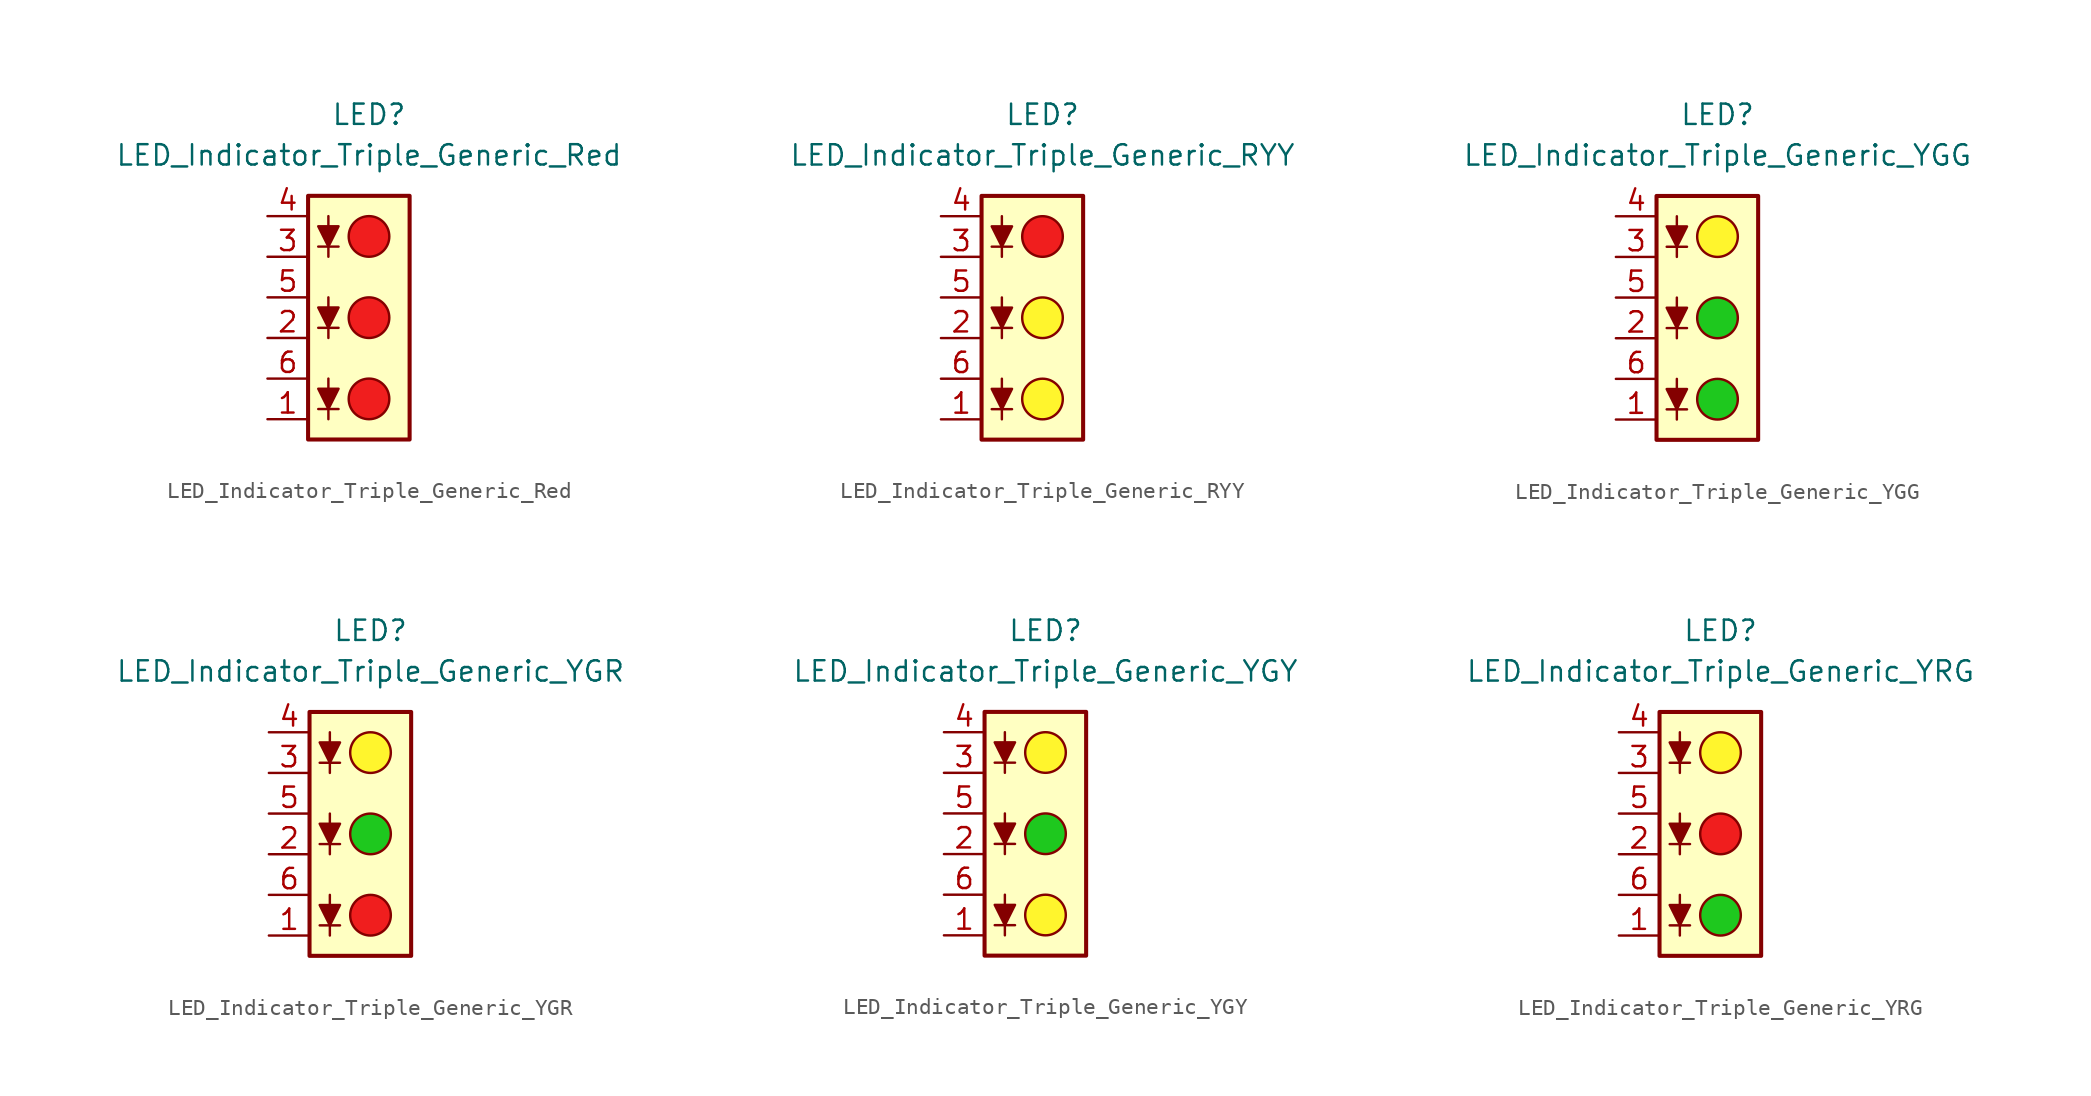
<source format=kicad_sym>
(kicad_symbol_lib
  (version 20231120)
  (generator "kicad_symbol_editor")
  (generator_version "8.0")
  (symbol "LED_Indicator_Triple_Generic_Red"
    (pin_names
      (offset 1.016) hide)
    (property "Reference" "LED"
      (at 0 12.7 0)
      (effects (font (size 1.27 1.27))))
    (property "Value" "LED_Indicator_Triple_Generic_Red"
      (at 0 10.16 0)
      (effects (font (size 1.27 1.27))))
    (symbol "LED_Indicator_Triple_Generic_Red_0_1"
      (rectangle (start -3.81 7.62) (end 2.54 -7.62) (stroke (width 0.254) (type default)) (fill (type background)))
      (circle (center 0 -5.08) (radius 1.27) (stroke (width 0) (type default)) (fill (type color) (color 240 30 30 1)))
      (polyline (pts (xy -3.175 -5.715) (xy -1.905 -5.715)) (stroke (width 0) (type default)) (fill (type none)))
      (polyline (pts (xy -3.175 -0.635) (xy -1.905 -0.635)) (stroke (width 0) (type default)) (fill (type none)))
      (polyline (pts (xy -3.175 4.445) (xy -1.905 4.445)) (stroke (width 0) (type default)) (fill (type none)))
      (polyline (pts (xy -2.54 -3.81) (xy -2.54 -6.35)) (stroke (width 0) (type default)) (fill (type none)))
      (polyline (pts (xy -2.54 1.27) (xy -2.54 -1.27)) (stroke (width 0) (type default)) (fill (type none)))
      (polyline (pts (xy -2.54 6.35) (xy -2.54 3.81)) (stroke (width 0) (type default)) (fill (type none)))
      (polyline (pts (xy -2.54 -5.715) (xy -3.175 -4.445) (xy -1.905 -4.445) (xy -2.54 -5.715)) (stroke (width 0) (type default)) (fill (type outline)))
      (polyline (pts (xy -2.54 -0.635) (xy -3.175 0.635) (xy -1.905 0.635) (xy -2.54 -0.635)) (stroke (width 0) (type default)) (fill (type outline)))
      (polyline (pts (xy -2.54 4.445) (xy -3.175 5.715) (xy -1.905 5.715) (xy -2.54 4.445)) (stroke (width 0) (type default)) (fill (type outline)))
      (circle (center 0 0) (radius 1.27) (stroke (width 0) (type default)) (fill (type color) (color 240 30 30 1)))
      (circle (center 0 5.08) (radius 1.27) (stroke (width 0) (type default)) (fill (type color) (color 240 30 30 1))))
    (symbol "LED_Indicator_Triple_Generic_Red_1_1"
      (pin passive line (at -6.35 -6.35 0) (length 2.54) (name "K1" (effects (font (size 1.27 1.27)))) (number "1" (effects (font (size 1.27 1.27)))))
      (pin passive line (at -6.35 -1.27 0) (length 2.54) (name "K2" (effects (font (size 1.27 1.27)))) (number "2" (effects (font (size 1.27 1.27)))))
      (pin passive line (at -6.35 3.81 0) (length 2.54) (name "K3" (effects (font (size 1.27 1.27)))) (number "3" (effects (font (size 1.27 1.27)))))
      (pin passive line (at -6.35 6.35 0) (length 2.54) (name "A3" (effects (font (size 1.27 1.27)))) (number "4" (effects (font (size 1.27 1.27)))))
      (pin passive line (at -6.35 1.27 0) (length 2.54) (name "A2" (effects (font (size 1.27 1.27)))) (number "5" (effects (font (size 1.27 1.27)))))
      (pin passive line (at -6.35 -3.81 0) (length 2.54) (name "A1" (effects (font (size 1.27 1.27)))) (number "6" (effects (font (size 1.27 1.27)))))))
  (symbol "LED_Indicator_Triple_Generic_RYY"
    (pin_names
      (offset 1.016) hide)
    (property "Reference" "LED"
      (at 0 12.7 0)
      (effects (font (size 1.27 1.27))))
    (property "Value" "LED_Indicator_Triple_Generic_RYY"
      (at 0 10.16 0)
      (effects (font (size 1.27 1.27))))
    (symbol "LED_Indicator_Triple_Generic_RYY_0_1"
      (rectangle (start -3.81 7.62) (end 2.54 -7.62) (stroke (width 0.254) (type default)) (fill (type background)))
      (circle (center 0 -5.08) (radius 1.27) (stroke (width 0) (type default)) (fill (type color) (color 255 245 45 1)))
      (polyline (pts (xy -3.175 -5.715) (xy -1.905 -5.715)) (stroke (width 0) (type default)) (fill (type none)))
      (polyline (pts (xy -3.175 -0.635) (xy -1.905 -0.635)) (stroke (width 0) (type default)) (fill (type none)))
      (polyline (pts (xy -3.175 4.445) (xy -1.905 4.445)) (stroke (width 0) (type default)) (fill (type none)))
      (polyline (pts (xy -2.54 -3.81) (xy -2.54 -6.35)) (stroke (width 0) (type default)) (fill (type none)))
      (polyline (pts (xy -2.54 1.27) (xy -2.54 -1.27)) (stroke (width 0) (type default)) (fill (type none)))
      (polyline (pts (xy -2.54 6.35) (xy -2.54 3.81)) (stroke (width 0) (type default)) (fill (type none)))
      (polyline (pts (xy -2.54 -5.715) (xy -3.175 -4.445) (xy -1.905 -4.445) (xy -2.54 -5.715)) (stroke (width 0) (type default)) (fill (type outline)))
      (polyline (pts (xy -2.54 -0.635) (xy -3.175 0.635) (xy -1.905 0.635) (xy -2.54 -0.635)) (stroke (width 0) (type default)) (fill (type outline)))
      (polyline (pts (xy -2.54 4.445) (xy -3.175 5.715) (xy -1.905 5.715) (xy -2.54 4.445)) (stroke (width 0) (type default)) (fill (type outline)))
      (circle (center 0 0) (radius 1.27) (stroke (width 0) (type default)) (fill (type color) (color 255 245 45 1)))
      (circle (center 0 5.08) (radius 1.27) (stroke (width 0) (type default)) (fill (type color) (color 240 30 30 1))))
    (symbol "LED_Indicator_Triple_Generic_RYY_1_1"
      (pin passive line (at -6.35 -6.35 0) (length 2.54) (name "K1" (effects (font (size 1.27 1.27)))) (number "1" (effects (font (size 1.27 1.27)))))
      (pin passive line (at -6.35 -1.27 0) (length 2.54) (name "K2" (effects (font (size 1.27 1.27)))) (number "2" (effects (font (size 1.27 1.27)))))
      (pin passive line (at -6.35 3.81 0) (length 2.54) (name "K3" (effects (font (size 1.27 1.27)))) (number "3" (effects (font (size 1.27 1.27)))))
      (pin passive line (at -6.35 6.35 0) (length 2.54) (name "A3" (effects (font (size 1.27 1.27)))) (number "4" (effects (font (size 1.27 1.27)))))
      (pin passive line (at -6.35 1.27 0) (length 2.54) (name "A2" (effects (font (size 1.27 1.27)))) (number "5" (effects (font (size 1.27 1.27)))))
      (pin passive line (at -6.35 -3.81 0) (length 2.54) (name "A1" (effects (font (size 1.27 1.27)))) (number "6" (effects (font (size 1.27 1.27)))))))
  (symbol "LED_Indicator_Triple_Generic_YGG"
    (pin_names
      (offset 1.016) hide)
    (property "Reference" "LED"
      (at 0 12.7 0)
      (effects (font (size 1.27 1.27))))
    (property "Value" "LED_Indicator_Triple_Generic_YGG"
      (at 0 10.16 0)
      (effects (font (size 1.27 1.27))))
    (symbol "LED_Indicator_Triple_Generic_YGG_0_1"
      (rectangle (start -3.81 7.62) (end 2.54 -7.62) (stroke (width 0.254) (type default)) (fill (type background)))
      (circle (center 0 -5.08) (radius 1.27) (stroke (width 0) (type default)) (fill (type color) (color 30 200 30 1)))
      (polyline (pts (xy -3.175 -5.715) (xy -1.905 -5.715)) (stroke (width 0) (type default)) (fill (type none)))
      (polyline (pts (xy -3.175 -0.635) (xy -1.905 -0.635)) (stroke (width 0) (type default)) (fill (type none)))
      (polyline (pts (xy -3.175 4.445) (xy -1.905 4.445)) (stroke (width 0) (type default)) (fill (type none)))
      (polyline (pts (xy -2.54 -3.81) (xy -2.54 -6.35)) (stroke (width 0) (type default)) (fill (type none)))
      (polyline (pts (xy -2.54 1.27) (xy -2.54 -1.27)) (stroke (width 0) (type default)) (fill (type none)))
      (polyline (pts (xy -2.54 6.35) (xy -2.54 3.81)) (stroke (width 0) (type default)) (fill (type none)))
      (polyline (pts (xy -2.54 -5.715) (xy -3.175 -4.445) (xy -1.905 -4.445) (xy -2.54 -5.715)) (stroke (width 0) (type default)) (fill (type outline)))
      (polyline (pts (xy -2.54 -0.635) (xy -3.175 0.635) (xy -1.905 0.635) (xy -2.54 -0.635)) (stroke (width 0) (type default)) (fill (type outline)))
      (polyline (pts (xy -2.54 4.445) (xy -3.175 5.715) (xy -1.905 5.715) (xy -2.54 4.445)) (stroke (width 0) (type default)) (fill (type outline)))
      (circle (center 0 0) (radius 1.27) (stroke (width 0) (type default)) (fill (type color) (color 30 200 30 1)))
      (circle (center 0 5.08) (radius 1.27) (stroke (width 0) (type default)) (fill (type color) (color 255 245 45 1))))
    (symbol "LED_Indicator_Triple_Generic_YGG_1_1"
      (pin passive line (at -6.35 -6.35 0) (length 2.54) (name "K1" (effects (font (size 1.27 1.27)))) (number "1" (effects (font (size 1.27 1.27)))))
      (pin passive line (at -6.35 -1.27 0) (length 2.54) (name "K2" (effects (font (size 1.27 1.27)))) (number "2" (effects (font (size 1.27 1.27)))))
      (pin passive line (at -6.35 3.81 0) (length 2.54) (name "K3" (effects (font (size 1.27 1.27)))) (number "3" (effects (font (size 1.27 1.27)))))
      (pin passive line (at -6.35 6.35 0) (length 2.54) (name "A3" (effects (font (size 1.27 1.27)))) (number "4" (effects (font (size 1.27 1.27)))))
      (pin passive line (at -6.35 1.27 0) (length 2.54) (name "A2" (effects (font (size 1.27 1.27)))) (number "5" (effects (font (size 1.27 1.27)))))
      (pin passive line (at -6.35 -3.81 0) (length 2.54) (name "A1" (effects (font (size 1.27 1.27)))) (number "6" (effects (font (size 1.27 1.27)))))))
  (symbol "LED_Indicator_Triple_Generic_YGR"
    (pin_names
      (offset 1.016) hide)
    (property "Reference" "LED"
      (at 0 12.7 0)
      (effects (font (size 1.27 1.27))))
    (property "Value" "LED_Indicator_Triple_Generic_YGR"
      (at 0 10.16 0)
      (effects (font (size 1.27 1.27))))
    (symbol "LED_Indicator_Triple_Generic_YGR_0_1"
      (rectangle (start -3.81 7.62) (end 2.54 -7.62) (stroke (width 0.254) (type default)) (fill (type background)))
      (circle (center 0 -5.08) (radius 1.27) (stroke (width 0) (type default)) (fill (type color) (color 240 30 30 1)))
      (polyline (pts (xy -3.175 -5.715) (xy -1.905 -5.715)) (stroke (width 0) (type default)) (fill (type none)))
      (polyline (pts (xy -3.175 -0.635) (xy -1.905 -0.635)) (stroke (width 0) (type default)) (fill (type none)))
      (polyline (pts (xy -3.175 4.445) (xy -1.905 4.445)) (stroke (width 0) (type default)) (fill (type none)))
      (polyline (pts (xy -2.54 -3.81) (xy -2.54 -6.35)) (stroke (width 0) (type default)) (fill (type none)))
      (polyline (pts (xy -2.54 1.27) (xy -2.54 -1.27)) (stroke (width 0) (type default)) (fill (type none)))
      (polyline (pts (xy -2.54 6.35) (xy -2.54 3.81)) (stroke (width 0) (type default)) (fill (type none)))
      (polyline (pts (xy -2.54 -5.715) (xy -3.175 -4.445) (xy -1.905 -4.445) (xy -2.54 -5.715)) (stroke (width 0) (type default)) (fill (type outline)))
      (polyline (pts (xy -2.54 -0.635) (xy -3.175 0.635) (xy -1.905 0.635) (xy -2.54 -0.635)) (stroke (width 0) (type default)) (fill (type outline)))
      (polyline (pts (xy -2.54 4.445) (xy -3.175 5.715) (xy -1.905 5.715) (xy -2.54 4.445)) (stroke (width 0) (type default)) (fill (type outline)))
      (circle (center 0 0) (radius 1.27) (stroke (width 0) (type default)) (fill (type color) (color 30 200 30 1)))
      (circle (center 0 5.08) (radius 1.27) (stroke (width 0) (type default)) (fill (type color) (color 255 245 45 1))))
    (symbol "LED_Indicator_Triple_Generic_YGR_1_1"
      (pin passive line (at -6.35 -6.35 0) (length 2.54) (name "K1" (effects (font (size 1.27 1.27)))) (number "1" (effects (font (size 1.27 1.27)))))
      (pin passive line (at -6.35 -1.27 0) (length 2.54) (name "K2" (effects (font (size 1.27 1.27)))) (number "2" (effects (font (size 1.27 1.27)))))
      (pin passive line (at -6.35 3.81 0) (length 2.54) (name "K3" (effects (font (size 1.27 1.27)))) (number "3" (effects (font (size 1.27 1.27)))))
      (pin passive line (at -6.35 6.35 0) (length 2.54) (name "A3" (effects (font (size 1.27 1.27)))) (number "4" (effects (font (size 1.27 1.27)))))
      (pin passive line (at -6.35 1.27 0) (length 2.54) (name "A2" (effects (font (size 1.27 1.27)))) (number "5" (effects (font (size 1.27 1.27)))))
      (pin passive line (at -6.35 -3.81 0) (length 2.54) (name "A1" (effects (font (size 1.27 1.27)))) (number "6" (effects (font (size 1.27 1.27)))))))
  (symbol "LED_Indicator_Triple_Generic_YGY"
    (pin_names
      (offset 1.016) hide)
    (property "Reference" "LED"
      (at 0 12.7 0)
      (effects (font (size 1.27 1.27))))
    (property "Value" "LED_Indicator_Triple_Generic_YGY"
      (at 0 10.16 0)
      (effects (font (size 1.27 1.27))))
    (symbol "LED_Indicator_Triple_Generic_YGY_0_1"
      (rectangle (start -3.81 7.62) (end 2.54 -7.62) (stroke (width 0.254) (type default)) (fill (type background)))
      (circle (center 0 -5.08) (radius 1.27) (stroke (width 0) (type default)) (fill (type color) (color 255 245 45 1)))
      (polyline (pts (xy -3.175 -5.715) (xy -1.905 -5.715)) (stroke (width 0) (type default)) (fill (type none)))
      (polyline (pts (xy -3.175 -0.635) (xy -1.905 -0.635)) (stroke (width 0) (type default)) (fill (type none)))
      (polyline (pts (xy -3.175 4.445) (xy -1.905 4.445)) (stroke (width 0) (type default)) (fill (type none)))
      (polyline (pts (xy -2.54 -3.81) (xy -2.54 -6.35)) (stroke (width 0) (type default)) (fill (type none)))
      (polyline (pts (xy -2.54 1.27) (xy -2.54 -1.27)) (stroke (width 0) (type default)) (fill (type none)))
      (polyline (pts (xy -2.54 6.35) (xy -2.54 3.81)) (stroke (width 0) (type default)) (fill (type none)))
      (polyline (pts (xy -2.54 -5.715) (xy -3.175 -4.445) (xy -1.905 -4.445) (xy -2.54 -5.715)) (stroke (width 0) (type default)) (fill (type outline)))
      (polyline (pts (xy -2.54 -0.635) (xy -3.175 0.635) (xy -1.905 0.635) (xy -2.54 -0.635)) (stroke (width 0) (type default)) (fill (type outline)))
      (polyline (pts (xy -2.54 4.445) (xy -3.175 5.715) (xy -1.905 5.715) (xy -2.54 4.445)) (stroke (width 0) (type default)) (fill (type outline)))
      (circle (center 0 0) (radius 1.27) (stroke (width 0) (type default)) (fill (type color) (color 30 200 30 1)))
      (circle (center 0 5.08) (radius 1.27) (stroke (width 0) (type default)) (fill (type color) (color 255 245 45 1))))
    (symbol "LED_Indicator_Triple_Generic_YGY_1_1"
      (pin passive line (at -6.35 -6.35 0) (length 2.54) (name "K1" (effects (font (size 1.27 1.27)))) (number "1" (effects (font (size 1.27 1.27)))))
      (pin passive line (at -6.35 -1.27 0) (length 2.54) (name "K2" (effects (font (size 1.27 1.27)))) (number "2" (effects (font (size 1.27 1.27)))))
      (pin passive line (at -6.35 3.81 0) (length 2.54) (name "K3" (effects (font (size 1.27 1.27)))) (number "3" (effects (font (size 1.27 1.27)))))
      (pin passive line (at -6.35 6.35 0) (length 2.54) (name "A3" (effects (font (size 1.27 1.27)))) (number "4" (effects (font (size 1.27 1.27)))))
      (pin passive line (at -6.35 1.27 0) (length 2.54) (name "A2" (effects (font (size 1.27 1.27)))) (number "5" (effects (font (size 1.27 1.27)))))
      (pin passive line (at -6.35 -3.81 0) (length 2.54) (name "A1" (effects (font (size 1.27 1.27)))) (number "6" (effects (font (size 1.27 1.27)))))))
  (symbol "LED_Indicator_Triple_Generic_YRG"
    (pin_names
      (offset 1.016) hide)
    (property "Reference" "LED"
      (at 0 12.7 0)
      (effects (font (size 1.27 1.27))))
    (property "Value" "LED_Indicator_Triple_Generic_YRG"
      (at 0 10.16 0)
      (effects (font (size 1.27 1.27))))
    (symbol "LED_Indicator_Triple_Generic_YRG_0_1"
      (rectangle (start -3.81 7.62) (end 2.54 -7.62) (stroke (width 0.254) (type default)) (fill (type background)))
      (circle (center 0 -5.08) (radius 1.27) (stroke (width 0) (type default)) (fill (type color) (color 30 200 30 1)))
      (polyline (pts (xy -3.175 -5.715) (xy -1.905 -5.715)) (stroke (width 0) (type default)) (fill (type none)))
      (polyline (pts (xy -3.175 -0.635) (xy -1.905 -0.635)) (stroke (width 0) (type default)) (fill (type none)))
      (polyline (pts (xy -3.175 4.445) (xy -1.905 4.445)) (stroke (width 0) (type default)) (fill (type none)))
      (polyline (pts (xy -2.54 -3.81) (xy -2.54 -6.35)) (stroke (width 0) (type default)) (fill (type none)))
      (polyline (pts (xy -2.54 1.27) (xy -2.54 -1.27)) (stroke (width 0) (type default)) (fill (type none)))
      (polyline (pts (xy -2.54 6.35) (xy -2.54 3.81)) (stroke (width 0) (type default)) (fill (type none)))
      (polyline (pts (xy -2.54 -5.715) (xy -3.175 -4.445) (xy -1.905 -4.445) (xy -2.54 -5.715)) (stroke (width 0) (type default)) (fill (type outline)))
      (polyline (pts (xy -2.54 -0.635) (xy -3.175 0.635) (xy -1.905 0.635) (xy -2.54 -0.635)) (stroke (width 0) (type default)) (fill (type outline)))
      (polyline (pts (xy -2.54 4.445) (xy -3.175 5.715) (xy -1.905 5.715) (xy -2.54 4.445)) (stroke (width 0) (type default)) (fill (type outline)))
      (circle (center 0 0) (radius 1.27) (stroke (width 0) (type default)) (fill (type color) (color 240 30 30 1)))
      (circle (center 0 5.08) (radius 1.27) (stroke (width 0) (type default)) (fill (type color) (color 255 245 45 1))))
    (symbol "LED_Indicator_Triple_Generic_YRG_1_1"
      (pin passive line (at -6.35 -6.35 0) (length 2.54) (name "K1" (effects (font (size 1.27 1.27)))) (number "1" (effects (font (size 1.27 1.27)))))
      (pin passive line (at -6.35 -1.27 0) (length 2.54) (name "K2" (effects (font (size 1.27 1.27)))) (number "2" (effects (font (size 1.27 1.27)))))
      (pin passive line (at -6.35 3.81 0) (length 2.54) (name "K3" (effects (font (size 1.27 1.27)))) (number "3" (effects (font (size 1.27 1.27)))))
      (pin passive line (at -6.35 6.35 0) (length 2.54) (name "A3" (effects (font (size 1.27 1.27)))) (number "4" (effects (font (size 1.27 1.27)))))
      (pin passive line (at -6.35 1.27 0) (length 2.54) (name "A2" (effects (font (size 1.27 1.27)))) (number "5" (effects (font (size 1.27 1.27)))))
      (pin passive line (at -6.35 -3.81 0) (length 2.54) (name "A1" (effects (font (size 1.27 1.27)))) (number "6" (effects (font (size 1.27 1.27))))))))
</source>
